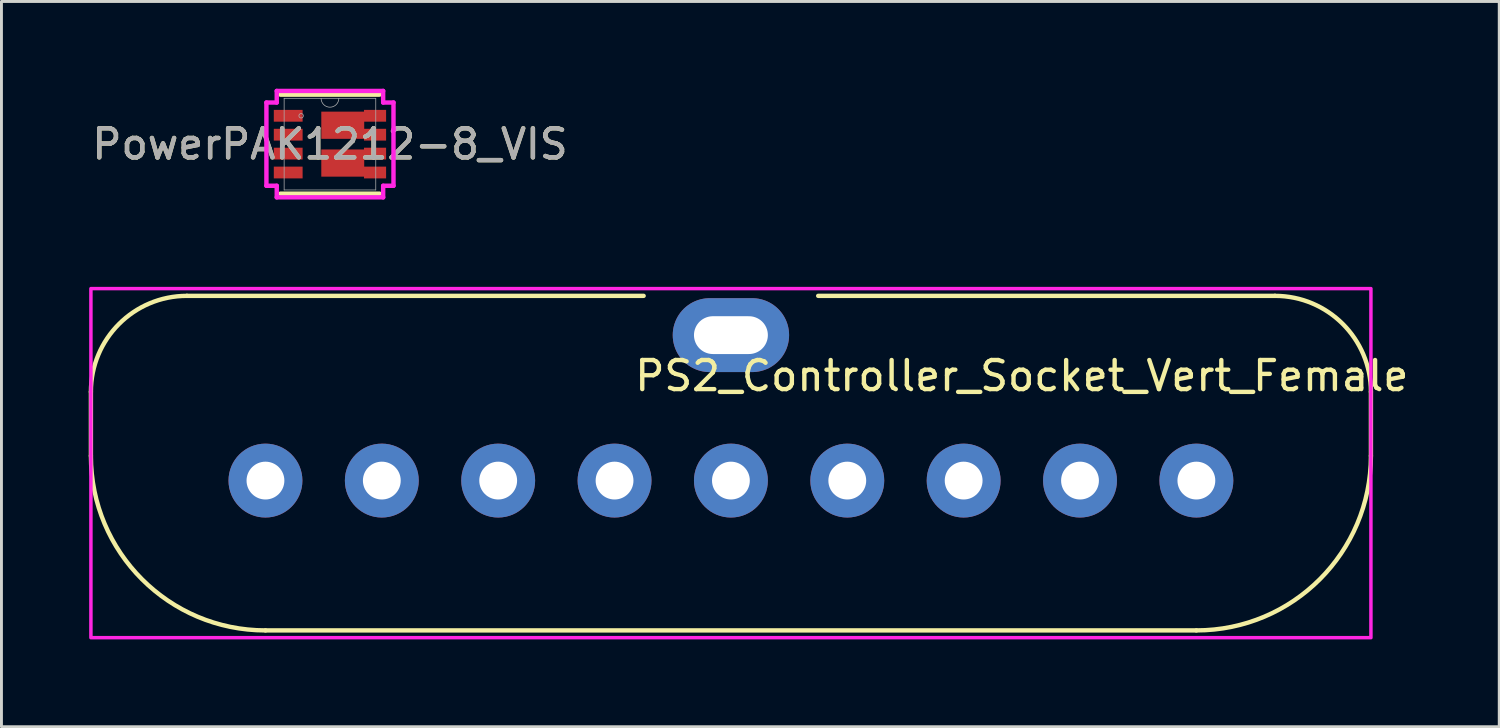
<source format=kicad_pcb>
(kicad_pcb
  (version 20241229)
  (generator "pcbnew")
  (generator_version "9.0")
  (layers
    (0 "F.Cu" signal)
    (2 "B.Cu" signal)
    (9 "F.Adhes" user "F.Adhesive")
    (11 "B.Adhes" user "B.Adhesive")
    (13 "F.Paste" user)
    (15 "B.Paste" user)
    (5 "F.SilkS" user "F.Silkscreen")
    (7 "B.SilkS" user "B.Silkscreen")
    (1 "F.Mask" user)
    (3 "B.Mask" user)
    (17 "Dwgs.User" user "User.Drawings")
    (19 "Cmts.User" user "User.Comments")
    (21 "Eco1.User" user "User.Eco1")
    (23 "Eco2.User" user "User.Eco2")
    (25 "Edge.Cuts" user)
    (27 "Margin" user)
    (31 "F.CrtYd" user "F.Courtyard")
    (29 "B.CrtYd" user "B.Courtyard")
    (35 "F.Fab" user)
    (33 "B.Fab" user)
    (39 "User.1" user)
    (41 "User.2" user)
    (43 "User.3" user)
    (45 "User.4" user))
  (footprint "PS2_Controller_Socket_Vert_Female"
    (layer "F.Cu")
    (at 22.075 12.87)
    (property "Reference" "PS2_Controller_Socket_Vert_Female" (at 10 -3 0) (unlocked yes) (layer "F.SilkS") (effects (font (size 1 1) (thickness 0.15))))
    (attr through_hole)
    (fp_line (start -22 -2.45) (end -22 -0.25) (stroke (width 0.15) (type default)) (layer "F.SilkS"))
    (fp_line (start -18.7 -5.75) (end -3 -5.75) (stroke (width 0.15) (type default)) (layer "F.SilkS"))
    (fp_line (start 3 -5.75) (end 18.7 -5.75) (stroke (width 0.15) (type default)) (layer "F.SilkS"))
    (fp_line (start 16 5.75) (end -16 5.75) (stroke (width 0.15) (type default)) (layer "F.SilkS"))
    (fp_line (start 22 -2.45) (end 22 -0.25) (stroke (width 0.15) (type default)) (layer "F.SilkS"))
    (fp_arc (start -22 -2.45) (mid -21.033452 -4.783452) (end -18.7 -5.75) (stroke (width 0.15) (type default)) (layer "F.SilkS"))
    (fp_arc (start -16 5.75) (mid -20.242641 3.992641) (end -22 -0.25) (stroke (width 0.15) (type default)) (layer "F.SilkS"))
    (fp_arc (start 18.7 -5.75) (mid 21.033452 -4.783452) (end 22 -2.45) (stroke (width 0.15) (type default)) (layer "F.SilkS"))
    (fp_arc (start 22 -0.25) (mid 20.242641 3.992641) (end 16 5.75) (stroke (width 0.15) (type default)) (layer "F.SilkS"))
    (fp_rect (start -22 -6) (end 22 6) (stroke (width 0.12) (type default)) (fill no) (layer "F.CrtYd"))
    (pad "1" thru_hole circle (at -16 0.6) (size 2.54 2.54) (drill 1.3) (layers "*.Cu" "*.Mask"))
    (pad "2" thru_hole circle (at -12 0.6) (size 2.54 2.54) (drill 1.3) (layers "*.Cu" "*.Mask"))
    (pad "3" thru_hole circle (at -8 0.6) (size 2.54 2.54) (drill 1.3) (layers "*.Cu" "*.Mask"))
    (pad "4" thru_hole circle (at -4 0.6) (size 2.54 2.54) (drill 1.3) (layers "*.Cu" "*.Mask"))
    (pad "5" thru_hole circle (at 0 0.6) (size 2.54 2.54) (drill 1.3) (layers "*.Cu" "*.Mask"))
    (pad "6" thru_hole circle (at 4 0.6) (size 2.54 2.54) (drill 1.3) (layers "*.Cu" "*.Mask"))
    (pad "7" thru_hole circle (at 8 0.6) (size 2.54 2.54) (drill 1.3) (layers "*.Cu" "*.Mask"))
    (pad "8" thru_hole circle (at 12 0.6) (size 2.54 2.54) (drill 1.3) (layers "*.Cu" "*.Mask"))
    (pad "9" thru_hole circle (at 16 0.6) (size 2.54 2.54) (drill 1.3) (layers "*.Cu" "*.Mask"))
    (pad "10" thru_hole oval (at 0 -4.4) (size 4 2.54) (drill oval 2.54 1.3) (layers "*.Cu" "*.Mask")))
  (footprint "PowerPAK1212-8_VIS"
    (layer "F.Cu")
    (at 8.292 1.905)
    (property "Reference" "PowerPAK1212-8_VIS" (at 0 0 0) (unlocked yes) (layer "F.SilkS") (effects (font (size 1 1) (thickness 0.15))))
    (attr smd)
    (fp_line (start -1.702 -1.702) (end 1.702 -1.702) (stroke (width 0.152) (type solid)) (layer "F.SilkS"))
    (fp_line (start 1.702 1.702) (end -1.702 1.702) (stroke (width 0.152) (type solid)) (layer "F.SilkS"))
    (fp_line (start -2.184 -1.431) (end -2.184 1.431) (stroke (width 0.152) (type solid)) (layer "F.CrtYd"))
    (fp_line (start -2.184 1.431) (end -1.829 1.431) (stroke (width 0.152) (type solid)) (layer "F.CrtYd"))
    (fp_line (start -1.829 -1.829) (end -1.829 -1.431) (stroke (width 0.152) (type solid)) (layer "F.CrtYd"))
    (fp_line (start -1.829 -1.431) (end -2.184 -1.431) (stroke (width 0.152) (type solid)) (layer "F.CrtYd"))
    (fp_line (start -1.829 1.431) (end -1.829 1.829) (stroke (width 0.152) (type solid)) (layer "F.CrtYd"))
    (fp_line (start -1.829 1.829) (end 1.829 1.829) (stroke (width 0.152) (type solid)) (layer "F.CrtYd"))
    (fp_line (start 1.829 -1.829) (end -1.829 -1.829) (stroke (width 0.152) (type solid)) (layer "F.CrtYd"))
    (fp_line (start 1.829 -1.431) (end 1.829 -1.829) (stroke (width 0.152) (type solid)) (layer "F.CrtYd"))
    (fp_line (start 1.829 1.431) (end 2.184 1.431) (stroke (width 0.152) (type solid)) (layer "F.CrtYd"))
    (fp_line (start 1.829 1.829) (end 1.829 1.431) (stroke (width 0.152) (type solid)) (layer "F.CrtYd"))
    (fp_line (start 2.184 -1.431) (end 1.829 -1.431) (stroke (width 0.152) (type solid)) (layer "F.CrtYd"))
    (fp_line (start 2.184 -0.518) (end 2.184 -1.431) (stroke (width 0.152) (type solid)) (layer "F.CrtYd"))
    (fp_line (start 2.184 1.431) (end 2.184 -0.518) (stroke (width 0.152) (type solid)) (layer "F.CrtYd"))
    (fp_line (start -1.575 -1.575) (end -1.575 1.575) (stroke (width 0.025) (type solid)) (layer "F.Fab"))
    (fp_line (start -1.575 1.575) (end 1.575 1.575) (stroke (width 0.025) (type solid)) (layer "F.Fab"))
    (fp_line (start 1.575 -1.575) (end -1.575 -1.575) (stroke (width 0.025) (type solid)) (layer "F.Fab"))
    (fp_line (start 1.575 1.575) (end 1.575 -1.575) (stroke (width 0.025) (type solid)) (layer "F.Fab"))
    (fp_arc (start 0.3048 -1.5748) (mid 0 -1.27) (end -0.3048 -1.5748) (stroke (width 0.0254) (type solid)) (layer "F.Fab"))
    (fp_circle (center -0.991 -0.975) (end -0.914 -0.975) (stroke (width 0.025) (type solid)) (fill no) (layer "F.Fab"))
    (fp_text user "${REFERENCE}" (at 0 0 0) (unlocked yes) (layer "F.Fab") (effects (font (size 1 1) (thickness 0.15))))
    (pad "1" smd rect (at -1.435 -0.975) (size 0.99 0.405) (layers "F.Cu" "F.Mask" "F.Paste"))
    (pad "2" smd rect (at -1.435 -0.325) (size 0.99 0.405) (layers "F.Cu" "F.Mask" "F.Paste"))
    (pad "3" smd rect (at -1.435 0.325) (size 0.99 0.405) (layers "F.Cu" "F.Mask" "F.Paste"))
    (pad "4" smd rect (at -1.435 0.975) (size 0.99 0.405) (layers "F.Cu" "F.Mask" "F.Paste"))
    (pad "5" smd rect (at 0.44 0.65) (size 1.475 0.935) (layers "F.Cu" "F.Mask" "F.Paste"))
    (pad "5" smd rect (at 1.55 0.975) (size 0.76 0.405) (layers "F.Cu" "F.Mask" "F.Paste"))
    (pad "6" smd rect (at 1.55 0.325) (size 0.76 0.405) (layers "F.Cu" "F.Mask" "F.Paste"))
    (pad "7" smd rect (at 1.55 -0.325) (size 0.76 0.405) (layers "F.Cu" "F.Mask" "F.Paste"))
    (pad "8" smd rect (at 0.44 -0.65) (size 1.475 0.935) (layers "F.Cu" "F.Mask" "F.Paste"))
    (pad "8" smd rect (at 1.55 -0.975) (size 0.76 0.405) (layers "F.Cu" "F.Mask" "F.Paste")))
  (gr_rect
    (start -3 -3)
    (end 48.486 21.93)
    (stroke (width 0.1) (type default))
    (fill no)
    (layer "Edge.Cuts")))
</source>
